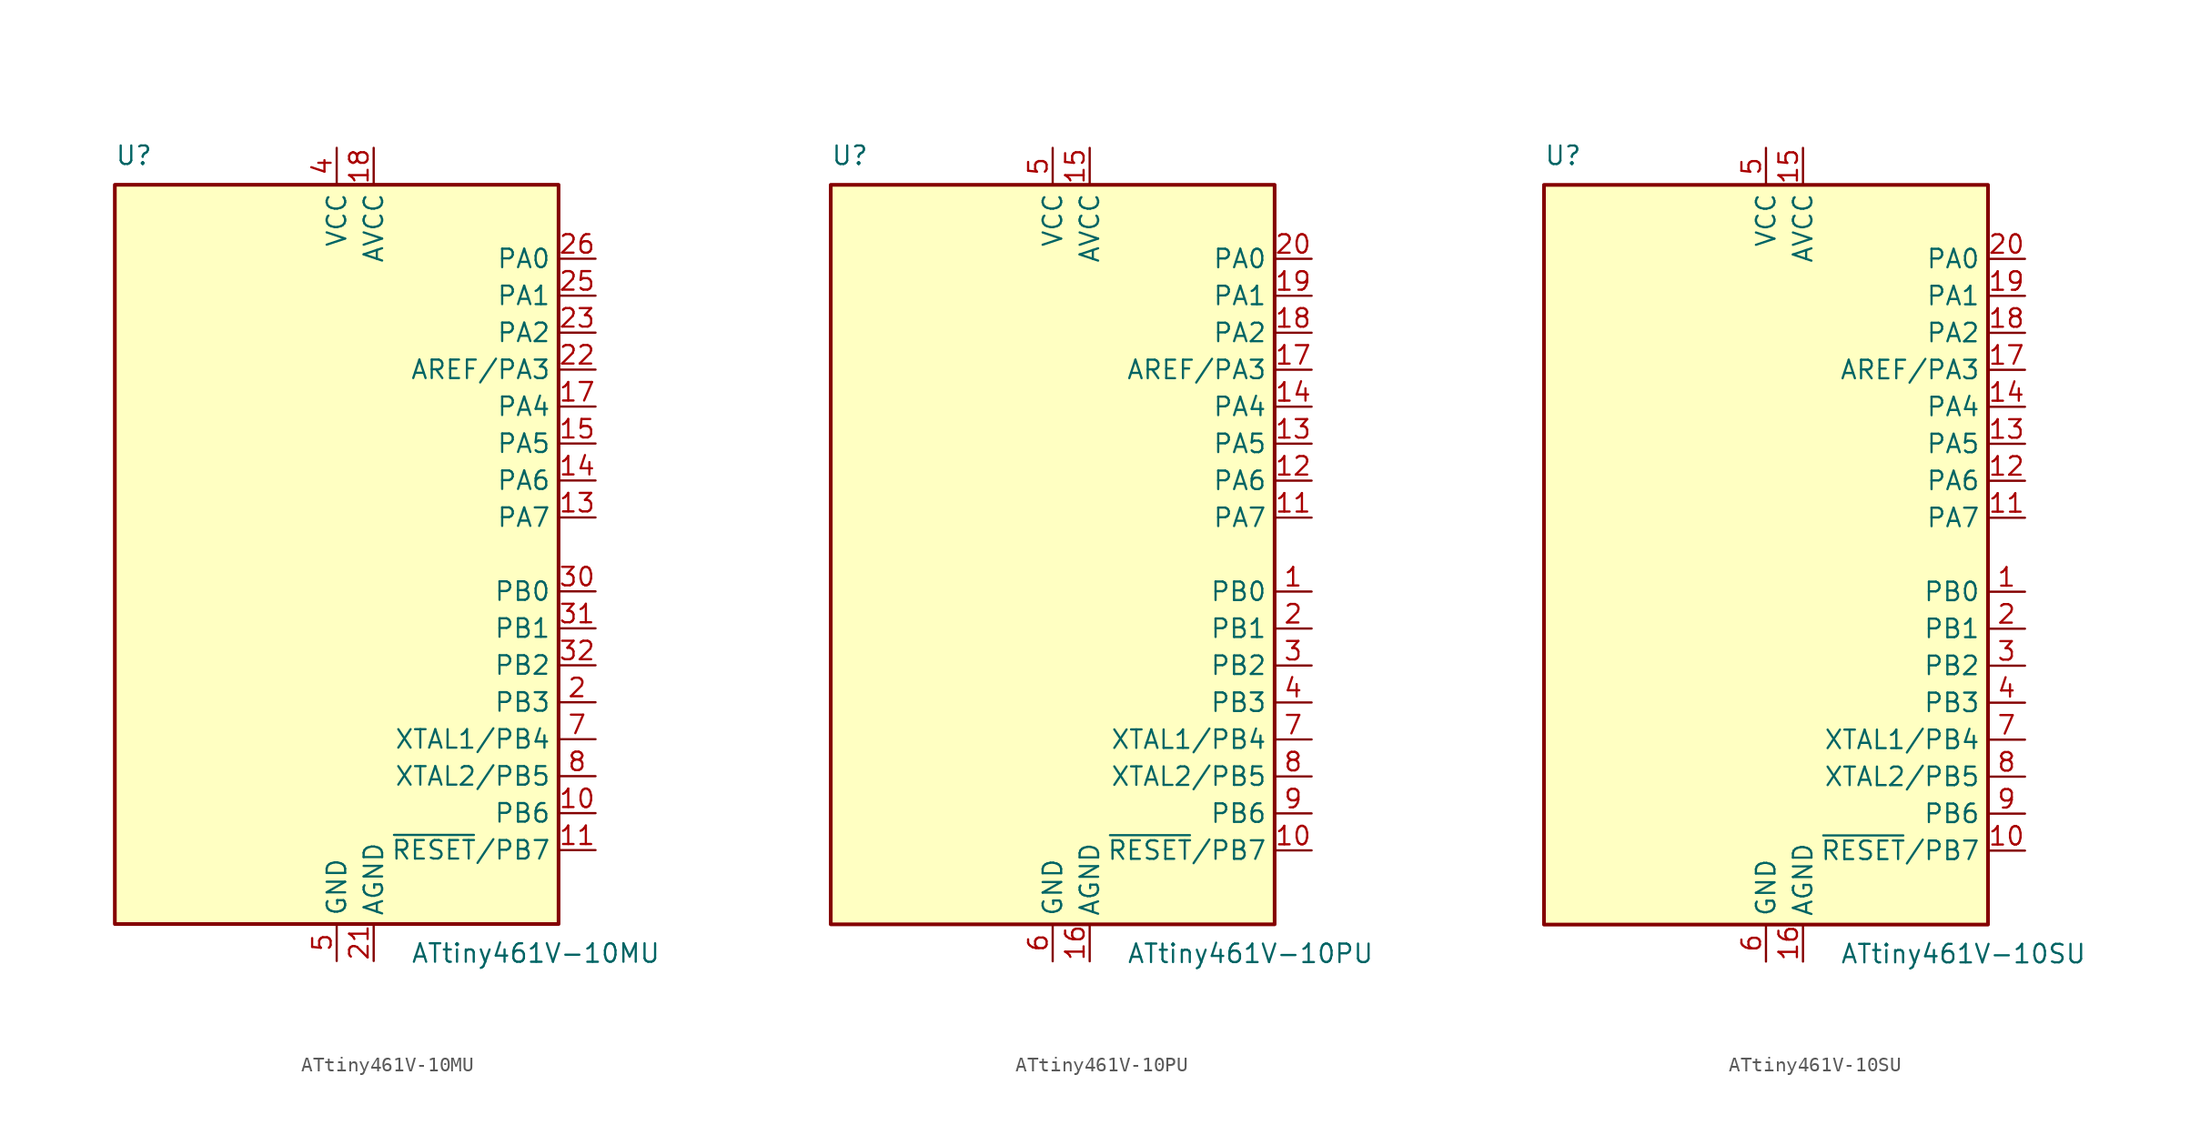
<source format=kicad_sym>
(kicad_symbol_lib
  (version 20211014)
  (generator kicad_symbol_editor)
  (symbol "ATtiny461V-10MU"
    (property "Reference" "U"
      (at -15.24 26.67 0)
      (effects (font (size 1.27 1.27)) (justify left bottom)))
    (property "Value" "ATtiny461V-10MU"
      (at 5.08 -26.67 0)
      (effects (font (size 1.27 1.27)) (justify left top)))
    (symbol "ATtiny461V-10MU_0_1"
      (rectangle (start -15.24 -25.4) (end 15.24 25.4) (stroke (width 0.254) (type default) (color 0 0 0 0)) (fill (type background))))
    (symbol "ATtiny461V-10MU_1_1"
      (pin no_connect line (at -15.24 5.08 0) (length 2.54) hide (name "NC" (effects (font (size 1.27 1.27)))) (number "1" (effects (font (size 1.27 1.27)))))
      (pin bidirectional line (at 17.78 -17.78 180) (length 2.54) (name "PB6" (effects (font (size 1.27 1.27)))) (number "10" (effects (font (size 1.27 1.27)))))
      (pin bidirectional line (at 17.78 -20.32 180) (length 2.54) (name "~{RESET}/PB7" (effects (font (size 1.27 1.27)))) (number "11" (effects (font (size 1.27 1.27)))))
      (pin no_connect line (at -15.24 -5.08 0) (length 2.54) hide (name "NC" (effects (font (size 1.27 1.27)))) (number "12" (effects (font (size 1.27 1.27)))))
      (pin bidirectional line (at 17.78 2.54 180) (length 2.54) (name "PA7" (effects (font (size 1.27 1.27)))) (number "13" (effects (font (size 1.27 1.27)))))
      (pin bidirectional line (at 17.78 5.08 180) (length 2.54) (name "PA6" (effects (font (size 1.27 1.27)))) (number "14" (effects (font (size 1.27 1.27)))))
      (pin bidirectional line (at 17.78 7.62 180) (length 2.54) (name "PA5" (effects (font (size 1.27 1.27)))) (number "15" (effects (font (size 1.27 1.27)))))
      (pin no_connect line (at -15.24 -7.62 0) (length 2.54) hide (name "NC" (effects (font (size 1.27 1.27)))) (number "16" (effects (font (size 1.27 1.27)))))
      (pin bidirectional line (at 17.78 10.16 180) (length 2.54) (name "PA4" (effects (font (size 1.27 1.27)))) (number "17" (effects (font (size 1.27 1.27)))))
      (pin power_in line (at 2.54 27.94 270) (length 2.54) (name "AVCC" (effects (font (size 1.27 1.27)))) (number "18" (effects (font (size 1.27 1.27)))))
      (pin no_connect line (at -15.24 -10.16 0) (length 2.54) hide (name "NC" (effects (font (size 1.27 1.27)))) (number "19" (effects (font (size 1.27 1.27)))))
      (pin bidirectional line (at 17.78 -10.16 180) (length 2.54) (name "PB3" (effects (font (size 1.27 1.27)))) (number "2" (effects (font (size 1.27 1.27)))))
      (pin no_connect line (at -15.24 -12.7 0) (length 2.54) hide (name "NC" (effects (font (size 1.27 1.27)))) (number "20" (effects (font (size 1.27 1.27)))))
      (pin power_in line (at 2.54 -27.94 90) (length 2.54) (name "AGND" (effects (font (size 1.27 1.27)))) (number "21" (effects (font (size 1.27 1.27)))))
      (pin bidirectional line (at 17.78 12.7 180) (length 2.54) (name "AREF/PA3" (effects (font (size 1.27 1.27)))) (number "22" (effects (font (size 1.27 1.27)))))
      (pin bidirectional line (at 17.78 15.24 180) (length 2.54) (name "PA2" (effects (font (size 1.27 1.27)))) (number "23" (effects (font (size 1.27 1.27)))))
      (pin no_connect line (at -15.24 -15.24 0) (length 2.54) hide (name "NC" (effects (font (size 1.27 1.27)))) (number "24" (effects (font (size 1.27 1.27)))))
      (pin bidirectional line (at 17.78 17.78 180) (length 2.54) (name "PA1" (effects (font (size 1.27 1.27)))) (number "25" (effects (font (size 1.27 1.27)))))
      (pin bidirectional line (at 17.78 20.32 180) (length 2.54) (name "PA0" (effects (font (size 1.27 1.27)))) (number "26" (effects (font (size 1.27 1.27)))))
      (pin no_connect line (at -15.24 -17.78 0) (length 2.54) hide (name "NC" (effects (font (size 1.27 1.27)))) (number "27" (effects (font (size 1.27 1.27)))))
      (pin no_connect line (at -15.24 -20.32 0) (length 2.54) hide (name "NC" (effects (font (size 1.27 1.27)))) (number "28" (effects (font (size 1.27 1.27)))))
      (pin no_connect line (at -15.24 -22.86 0) (length 2.54) hide (name "NC" (effects (font (size 1.27 1.27)))) (number "29" (effects (font (size 1.27 1.27)))))
      (pin no_connect line (at -15.24 2.54 0) (length 2.54) hide (name "NC" (effects (font (size 1.27 1.27)))) (number "3" (effects (font (size 1.27 1.27)))))
      (pin bidirectional line (at 17.78 -2.54 180) (length 2.54) (name "PB0" (effects (font (size 1.27 1.27)))) (number "30" (effects (font (size 1.27 1.27)))))
      (pin bidirectional line (at 17.78 -5.08 180) (length 2.54) (name "PB1" (effects (font (size 1.27 1.27)))) (number "31" (effects (font (size 1.27 1.27)))))
      (pin bidirectional line (at 17.78 -7.62 180) (length 2.54) (name "PB2" (effects (font (size 1.27 1.27)))) (number "32" (effects (font (size 1.27 1.27)))))
      (pin passive line (at 0 -27.94 90) (length 2.54) hide (name "GND" (effects (font (size 1.27 1.27)))) (number "33" (effects (font (size 1.27 1.27)))))
      (pin power_in line (at 0 27.94 270) (length 2.54) (name "VCC" (effects (font (size 1.27 1.27)))) (number "4" (effects (font (size 1.27 1.27)))))
      (pin power_in line (at 0 -27.94 90) (length 2.54) (name "GND" (effects (font (size 1.27 1.27)))) (number "5" (effects (font (size 1.27 1.27)))))
      (pin no_connect line (at -15.24 0 0) (length 2.54) hide (name "NC" (effects (font (size 1.27 1.27)))) (number "6" (effects (font (size 1.27 1.27)))))
      (pin bidirectional line (at 17.78 -12.7 180) (length 2.54) (name "XTAL1/PB4" (effects (font (size 1.27 1.27)))) (number "7" (effects (font (size 1.27 1.27)))))
      (pin bidirectional line (at 17.78 -15.24 180) (length 2.54) (name "XTAL2/PB5" (effects (font (size 1.27 1.27)))) (number "8" (effects (font (size 1.27 1.27)))))
      (pin no_connect line (at -15.24 -2.54 0) (length 2.54) hide (name "NC" (effects (font (size 1.27 1.27)))) (number "9" (effects (font (size 1.27 1.27)))))))
  (symbol "ATtiny461V-10PU"
    (property "Reference" "U"
      (at -15.24 26.67 0)
      (effects (font (size 1.27 1.27)) (justify left bottom)))
    (property "Value" "ATtiny461V-10PU"
      (at 5.08 -26.67 0)
      (effects (font (size 1.27 1.27)) (justify left top)))
    (symbol "ATtiny461V-10PU_0_1"
      (rectangle (start -15.24 -25.4) (end 15.24 25.4) (stroke (width 0.254) (type default) (color 0 0 0 0)) (fill (type background))))
    (symbol "ATtiny461V-10PU_1_1"
      (pin bidirectional line (at 17.78 -2.54 180) (length 2.54) (name "PB0" (effects (font (size 1.27 1.27)))) (number "1" (effects (font (size 1.27 1.27)))))
      (pin bidirectional line (at 17.78 -20.32 180) (length 2.54) (name "~{RESET}/PB7" (effects (font (size 1.27 1.27)))) (number "10" (effects (font (size 1.27 1.27)))))
      (pin bidirectional line (at 17.78 2.54 180) (length 2.54) (name "PA7" (effects (font (size 1.27 1.27)))) (number "11" (effects (font (size 1.27 1.27)))))
      (pin bidirectional line (at 17.78 5.08 180) (length 2.54) (name "PA6" (effects (font (size 1.27 1.27)))) (number "12" (effects (font (size 1.27 1.27)))))
      (pin bidirectional line (at 17.78 7.62 180) (length 2.54) (name "PA5" (effects (font (size 1.27 1.27)))) (number "13" (effects (font (size 1.27 1.27)))))
      (pin bidirectional line (at 17.78 10.16 180) (length 2.54) (name "PA4" (effects (font (size 1.27 1.27)))) (number "14" (effects (font (size 1.27 1.27)))))
      (pin power_in line (at 2.54 27.94 270) (length 2.54) (name "AVCC" (effects (font (size 1.27 1.27)))) (number "15" (effects (font (size 1.27 1.27)))))
      (pin power_in line (at 2.54 -27.94 90) (length 2.54) (name "AGND" (effects (font (size 1.27 1.27)))) (number "16" (effects (font (size 1.27 1.27)))))
      (pin bidirectional line (at 17.78 12.7 180) (length 2.54) (name "AREF/PA3" (effects (font (size 1.27 1.27)))) (number "17" (effects (font (size 1.27 1.27)))))
      (pin bidirectional line (at 17.78 15.24 180) (length 2.54) (name "PA2" (effects (font (size 1.27 1.27)))) (number "18" (effects (font (size 1.27 1.27)))))
      (pin bidirectional line (at 17.78 17.78 180) (length 2.54) (name "PA1" (effects (font (size 1.27 1.27)))) (number "19" (effects (font (size 1.27 1.27)))))
      (pin bidirectional line (at 17.78 -5.08 180) (length 2.54) (name "PB1" (effects (font (size 1.27 1.27)))) (number "2" (effects (font (size 1.27 1.27)))))
      (pin bidirectional line (at 17.78 20.32 180) (length 2.54) (name "PA0" (effects (font (size 1.27 1.27)))) (number "20" (effects (font (size 1.27 1.27)))))
      (pin bidirectional line (at 17.78 -7.62 180) (length 2.54) (name "PB2" (effects (font (size 1.27 1.27)))) (number "3" (effects (font (size 1.27 1.27)))))
      (pin bidirectional line (at 17.78 -10.16 180) (length 2.54) (name "PB3" (effects (font (size 1.27 1.27)))) (number "4" (effects (font (size 1.27 1.27)))))
      (pin power_in line (at 0 27.94 270) (length 2.54) (name "VCC" (effects (font (size 1.27 1.27)))) (number "5" (effects (font (size 1.27 1.27)))))
      (pin power_in line (at 0 -27.94 90) (length 2.54) (name "GND" (effects (font (size 1.27 1.27)))) (number "6" (effects (font (size 1.27 1.27)))))
      (pin bidirectional line (at 17.78 -12.7 180) (length 2.54) (name "XTAL1/PB4" (effects (font (size 1.27 1.27)))) (number "7" (effects (font (size 1.27 1.27)))))
      (pin bidirectional line (at 17.78 -15.24 180) (length 2.54) (name "XTAL2/PB5" (effects (font (size 1.27 1.27)))) (number "8" (effects (font (size 1.27 1.27)))))
      (pin bidirectional line (at 17.78 -17.78 180) (length 2.54) (name "PB6" (effects (font (size 1.27 1.27)))) (number "9" (effects (font (size 1.27 1.27)))))))
  (symbol "ATtiny461V-10SU"
    (property "Reference" "U"
      (at -15.24 26.67 0)
      (effects (font (size 1.27 1.27)) (justify left bottom)))
    (property "Value" "ATtiny461V-10SU"
      (at 5.08 -26.67 0)
      (effects (font (size 1.27 1.27)) (justify left top)))
    (symbol "ATtiny461V-10SU_0_1"
      (rectangle (start -15.24 -25.4) (end 15.24 25.4) (stroke (width 0.254) (type default) (color 0 0 0 0)) (fill (type background))))
    (symbol "ATtiny461V-10SU_1_1"
      (pin bidirectional line (at 17.78 -2.54 180) (length 2.54) (name "PB0" (effects (font (size 1.27 1.27)))) (number "1" (effects (font (size 1.27 1.27)))))
      (pin bidirectional line (at 17.78 -20.32 180) (length 2.54) (name "~{RESET}/PB7" (effects (font (size 1.27 1.27)))) (number "10" (effects (font (size 1.27 1.27)))))
      (pin bidirectional line (at 17.78 2.54 180) (length 2.54) (name "PA7" (effects (font (size 1.27 1.27)))) (number "11" (effects (font (size 1.27 1.27)))))
      (pin bidirectional line (at 17.78 5.08 180) (length 2.54) (name "PA6" (effects (font (size 1.27 1.27)))) (number "12" (effects (font (size 1.27 1.27)))))
      (pin bidirectional line (at 17.78 7.62 180) (length 2.54) (name "PA5" (effects (font (size 1.27 1.27)))) (number "13" (effects (font (size 1.27 1.27)))))
      (pin bidirectional line (at 17.78 10.16 180) (length 2.54) (name "PA4" (effects (font (size 1.27 1.27)))) (number "14" (effects (font (size 1.27 1.27)))))
      (pin power_in line (at 2.54 27.94 270) (length 2.54) (name "AVCC" (effects (font (size 1.27 1.27)))) (number "15" (effects (font (size 1.27 1.27)))))
      (pin power_in line (at 2.54 -27.94 90) (length 2.54) (name "AGND" (effects (font (size 1.27 1.27)))) (number "16" (effects (font (size 1.27 1.27)))))
      (pin bidirectional line (at 17.78 12.7 180) (length 2.54) (name "AREF/PA3" (effects (font (size 1.27 1.27)))) (number "17" (effects (font (size 1.27 1.27)))))
      (pin bidirectional line (at 17.78 15.24 180) (length 2.54) (name "PA2" (effects (font (size 1.27 1.27)))) (number "18" (effects (font (size 1.27 1.27)))))
      (pin bidirectional line (at 17.78 17.78 180) (length 2.54) (name "PA1" (effects (font (size 1.27 1.27)))) (number "19" (effects (font (size 1.27 1.27)))))
      (pin bidirectional line (at 17.78 -5.08 180) (length 2.54) (name "PB1" (effects (font (size 1.27 1.27)))) (number "2" (effects (font (size 1.27 1.27)))))
      (pin bidirectional line (at 17.78 20.32 180) (length 2.54) (name "PA0" (effects (font (size 1.27 1.27)))) (number "20" (effects (font (size 1.27 1.27)))))
      (pin bidirectional line (at 17.78 -7.62 180) (length 2.54) (name "PB2" (effects (font (size 1.27 1.27)))) (number "3" (effects (font (size 1.27 1.27)))))
      (pin bidirectional line (at 17.78 -10.16 180) (length 2.54) (name "PB3" (effects (font (size 1.27 1.27)))) (number "4" (effects (font (size 1.27 1.27)))))
      (pin power_in line (at 0 27.94 270) (length 2.54) (name "VCC" (effects (font (size 1.27 1.27)))) (number "5" (effects (font (size 1.27 1.27)))))
      (pin power_in line (at 0 -27.94 90) (length 2.54) (name "GND" (effects (font (size 1.27 1.27)))) (number "6" (effects (font (size 1.27 1.27)))))
      (pin bidirectional line (at 17.78 -12.7 180) (length 2.54) (name "XTAL1/PB4" (effects (font (size 1.27 1.27)))) (number "7" (effects (font (size 1.27 1.27)))))
      (pin bidirectional line (at 17.78 -15.24 180) (length 2.54) (name "XTAL2/PB5" (effects (font (size 1.27 1.27)))) (number "8" (effects (font (size 1.27 1.27)))))
      (pin bidirectional line (at 17.78 -17.78 180) (length 2.54) (name "PB6" (effects (font (size 1.27 1.27)))) (number "9" (effects (font (size 1.27 1.27))))))))
</source>
